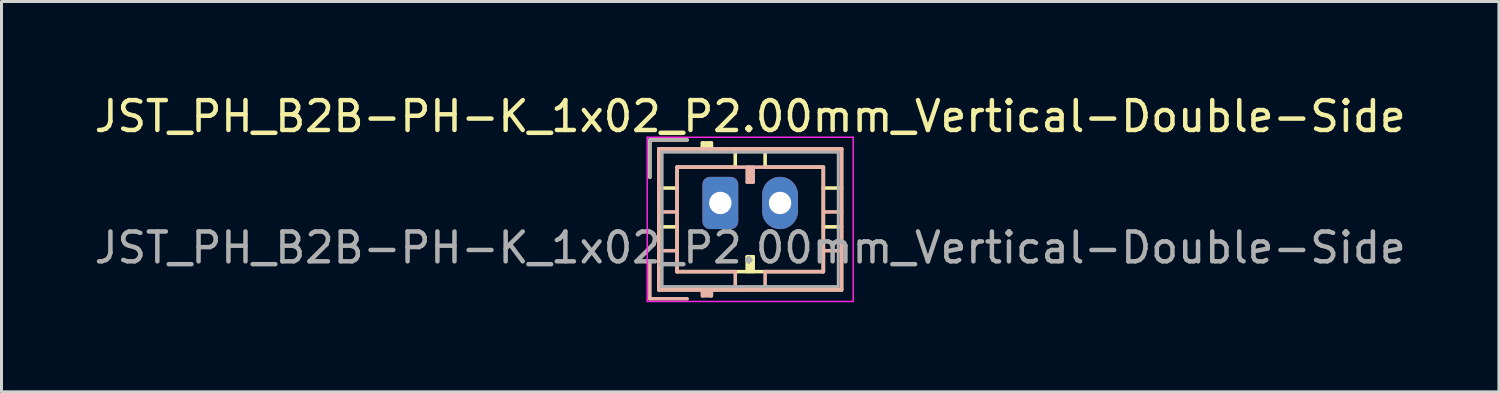
<source format=kicad_pcb>
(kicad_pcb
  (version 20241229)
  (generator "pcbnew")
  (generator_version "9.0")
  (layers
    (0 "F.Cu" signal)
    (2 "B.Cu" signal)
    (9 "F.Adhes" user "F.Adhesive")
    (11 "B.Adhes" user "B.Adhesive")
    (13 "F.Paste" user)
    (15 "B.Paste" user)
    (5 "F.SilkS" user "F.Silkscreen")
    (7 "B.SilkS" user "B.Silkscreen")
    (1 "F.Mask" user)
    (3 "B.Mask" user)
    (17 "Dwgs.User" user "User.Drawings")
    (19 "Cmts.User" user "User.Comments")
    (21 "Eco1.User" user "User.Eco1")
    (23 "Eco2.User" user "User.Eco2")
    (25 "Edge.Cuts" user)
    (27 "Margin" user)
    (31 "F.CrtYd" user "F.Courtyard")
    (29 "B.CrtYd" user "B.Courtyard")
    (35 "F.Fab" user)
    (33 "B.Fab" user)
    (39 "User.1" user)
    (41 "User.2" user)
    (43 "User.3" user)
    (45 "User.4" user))
  (footprint "JST_PH_B2B-PH-K_1x02_P2.00mm_Vertical-Double-Side"
    (layer "F.Cu")
    (at 21.077 3.748)
    (property "Reference" "JST_PH_B2B-PH-K_1x02_P2.00mm_Vertical-Double-Side" (at 1 -2.9 0) (layer "F.SilkS") (effects (font (size 1 1) (thickness 0.15))))
    (attr through_hole)
    (fp_line (start -2.36 -2.11) (end -2.36 -0.86) (stroke (width 0.12) (type solid)) (layer "F.SilkS"))
    (fp_line (start -2.06 -1.81) (end -2.06 2.91) (stroke (width 0.12) (type solid)) (layer "F.SilkS"))
    (fp_line (start -2.06 -0.5) (end -1.45 -0.5) (stroke (width 0.12) (type solid)) (layer "F.SilkS"))
    (fp_line (start -2.06 0.8) (end -1.45 0.8) (stroke (width 0.12) (type solid)) (layer "F.SilkS"))
    (fp_line (start -2.06 2.91) (end 4.06 2.91) (stroke (width 0.12) (type solid)) (layer "F.SilkS"))
    (fp_line (start -1.45 -1.2) (end -1.45 2.3) (stroke (width 0.12) (type solid)) (layer "F.SilkS"))
    (fp_line (start -1.45 2.3) (end 3.45 2.3) (stroke (width 0.12) (type solid)) (layer "F.SilkS"))
    (fp_line (start -1.11 -2.11) (end -2.36 -2.11) (stroke (width 0.12) (type solid)) (layer "F.SilkS"))
    (fp_line (start -0.6 -2.01) (end -0.6 -1.81) (stroke (width 0.12) (type solid)) (layer "F.SilkS"))
    (fp_line (start -0.3 -2.01) (end -0.6 -2.01) (stroke (width 0.12) (type solid)) (layer "F.SilkS"))
    (fp_line (start -0.3 -1.91) (end -0.6 -1.91) (stroke (width 0.12) (type solid)) (layer "F.SilkS"))
    (fp_line (start -0.3 -1.81) (end -0.3 -2.01) (stroke (width 0.12) (type solid)) (layer "F.SilkS"))
    (fp_line (start 0.5 -1.81) (end 0.5 -1.2) (stroke (width 0.12) (type solid)) (layer "F.SilkS"))
    (fp_line (start 0.5 -1.2) (end -1.45 -1.2) (stroke (width 0.12) (type solid)) (layer "F.SilkS"))
    (fp_line (start 0.9 1.8) (end 1.1 1.8) (stroke (width 0.12) (type solid)) (layer "F.SilkS"))
    (fp_line (start 0.9 2.3) (end 0.9 1.8) (stroke (width 0.12) (type solid)) (layer "F.SilkS"))
    (fp_line (start 1 2.3) (end 1 1.8) (stroke (width 0.12) (type solid)) (layer "F.SilkS"))
    (fp_line (start 1.1 1.8) (end 1.1 2.3) (stroke (width 0.12) (type solid)) (layer "F.SilkS"))
    (fp_line (start 1.5 -1.2) (end 1.5 -1.81) (stroke (width 0.12) (type solid)) (layer "F.SilkS"))
    (fp_line (start 3.45 -1.2) (end 1.5 -1.2) (stroke (width 0.12) (type solid)) (layer "F.SilkS"))
    (fp_line (start 3.45 2.3) (end 3.45 -1.2) (stroke (width 0.12) (type solid)) (layer "F.SilkS"))
    (fp_line (start 4.06 -1.81) (end -2.06 -1.81) (stroke (width 0.12) (type solid)) (layer "F.SilkS"))
    (fp_line (start 4.06 -0.5) (end 3.45 -0.5) (stroke (width 0.12) (type solid)) (layer "F.SilkS"))
    (fp_line (start 4.06 0.8) (end 3.45 0.8) (stroke (width 0.12) (type solid)) (layer "F.SilkS"))
    (fp_line (start 4.06 2.91) (end 4.06 -1.81) (stroke (width 0.12) (type solid)) (layer "F.SilkS"))
    (fp_line (start -2.36 3.21) (end -2.36 1.96) (stroke (width 0.12) (type solid)) (layer "B.SilkS"))
    (fp_line (start -2.06 -1.81) (end 4.06 -1.81) (stroke (width 0.12) (type solid)) (layer "B.SilkS"))
    (fp_line (start -2.06 0.3) (end -1.45 0.3) (stroke (width 0.12) (type solid)) (layer "B.SilkS"))
    (fp_line (start -2.06 1.6) (end -1.45 1.6) (stroke (width 0.12) (type solid)) (layer "B.SilkS"))
    (fp_line (start -2.06 2.91) (end -2.06 -1.81) (stroke (width 0.12) (type solid)) (layer "B.SilkS"))
    (fp_line (start -1.45 -1.2) (end 3.45 -1.2) (stroke (width 0.12) (type solid)) (layer "B.SilkS"))
    (fp_line (start -1.45 2.3) (end -1.45 -1.2) (stroke (width 0.12) (type solid)) (layer "B.SilkS"))
    (fp_line (start -1.11 3.21) (end -2.36 3.21) (stroke (width 0.12) (type solid)) (layer "B.SilkS"))
    (fp_line (start -0.6 3.11) (end -0.6 2.91) (stroke (width 0.12) (type solid)) (layer "B.SilkS"))
    (fp_line (start -0.3 2.91) (end -0.3 3.11) (stroke (width 0.12) (type solid)) (layer "B.SilkS"))
    (fp_line (start -0.3 3.01) (end -0.6 3.01) (stroke (width 0.12) (type solid)) (layer "B.SilkS"))
    (fp_line (start -0.3 3.11) (end -0.6 3.11) (stroke (width 0.12) (type solid)) (layer "B.SilkS"))
    (fp_line (start 0.5 2.3) (end -1.45 2.3) (stroke (width 0.12) (type solid)) (layer "B.SilkS"))
    (fp_line (start 0.5 2.91) (end 0.5 2.3) (stroke (width 0.12) (type solid)) (layer "B.SilkS"))
    (fp_line (start 0.9 -1.2) (end 0.9 -0.7) (stroke (width 0.12) (type solid)) (layer "B.SilkS"))
    (fp_line (start 0.9 -0.7) (end 1.1 -0.7) (stroke (width 0.12) (type solid)) (layer "B.SilkS"))
    (fp_line (start 1 -1.2) (end 1 -0.7) (stroke (width 0.12) (type solid)) (layer "B.SilkS"))
    (fp_line (start 1.1 -0.7) (end 1.1 -1.2) (stroke (width 0.12) (type solid)) (layer "B.SilkS"))
    (fp_line (start 1.5 2.3) (end 1.5 2.91) (stroke (width 0.12) (type solid)) (layer "B.SilkS"))
    (fp_line (start 3.45 -1.2) (end 3.45 2.3) (stroke (width 0.12) (type solid)) (layer "B.SilkS"))
    (fp_line (start 3.45 2.3) (end 1.5 2.3) (stroke (width 0.12) (type solid)) (layer "B.SilkS"))
    (fp_line (start 4.06 -1.81) (end 4.06 2.91) (stroke (width 0.12) (type solid)) (layer "B.SilkS"))
    (fp_line (start 4.06 0.3) (end 3.45 0.3) (stroke (width 0.12) (type solid)) (layer "B.SilkS"))
    (fp_line (start 4.06 1.6) (end 3.45 1.6) (stroke (width 0.12) (type solid)) (layer "B.SilkS"))
    (fp_line (start 4.06 2.91) (end -2.06 2.91) (stroke (width 0.12) (type solid)) (layer "B.SilkS"))
    (fp_line (start -2.45 -2.2) (end -2.45 3.3) (stroke (width 0.05) (type solid)) (layer "F.CrtYd"))
    (fp_line (start -2.45 3.3) (end 4.45 3.3) (stroke (width 0.05) (type solid)) (layer "F.CrtYd"))
    (fp_line (start 4.45 -2.2) (end -2.45 -2.2) (stroke (width 0.05) (type solid)) (layer "F.CrtYd"))
    (fp_line (start 4.45 3.3) (end 4.45 -2.2) (stroke (width 0.05) (type solid)) (layer "F.CrtYd"))
    (fp_line (start -2.36 -2.11) (end -2.36 -0.86) (stroke (width 0.1) (type solid)) (layer "F.Fab"))
    (fp_line (start -1.95 -1.7) (end -1.95 2.8) (stroke (width 0.1) (type solid)) (layer "F.Fab"))
    (fp_line (start -1.95 2.8) (end 3.95 2.8) (stroke (width 0.1) (type solid)) (layer "F.Fab"))
    (fp_line (start -1.11 -2.11) (end -2.36 -2.11) (stroke (width 0.1) (type solid)) (layer "F.Fab"))
    (fp_line (start 3.95 -1.7) (end -1.95 -1.7) (stroke (width 0.1) (type solid)) (layer "F.Fab"))
    (fp_line (start 3.95 2.8) (end 3.95 -1.7) (stroke (width 0.1) (type solid)) (layer "F.Fab"))
    (fp_text user "${REFERENCE}" (at 1 1.5 0) (layer "F.Fab") (effects (font (size 1 1) (thickness 0.15))))
    (pad "1" thru_hole roundrect (at 0 0) (size 1.2 1.75) (drill 0.75) (layers "*.Cu" "*.Mask") (roundrect_rratio 0.208))
    (pad "2" thru_hole oval (at 2 0) (size 1.2 1.75) (drill 0.75) (layers "*.Cu" "*.Mask")))
  (gr_rect
    (start -3 -3)
    (end 47.155 10.073)
    (stroke (width 0.1) (type default))
    (fill no)
    (layer "Edge.Cuts")))
</source>
